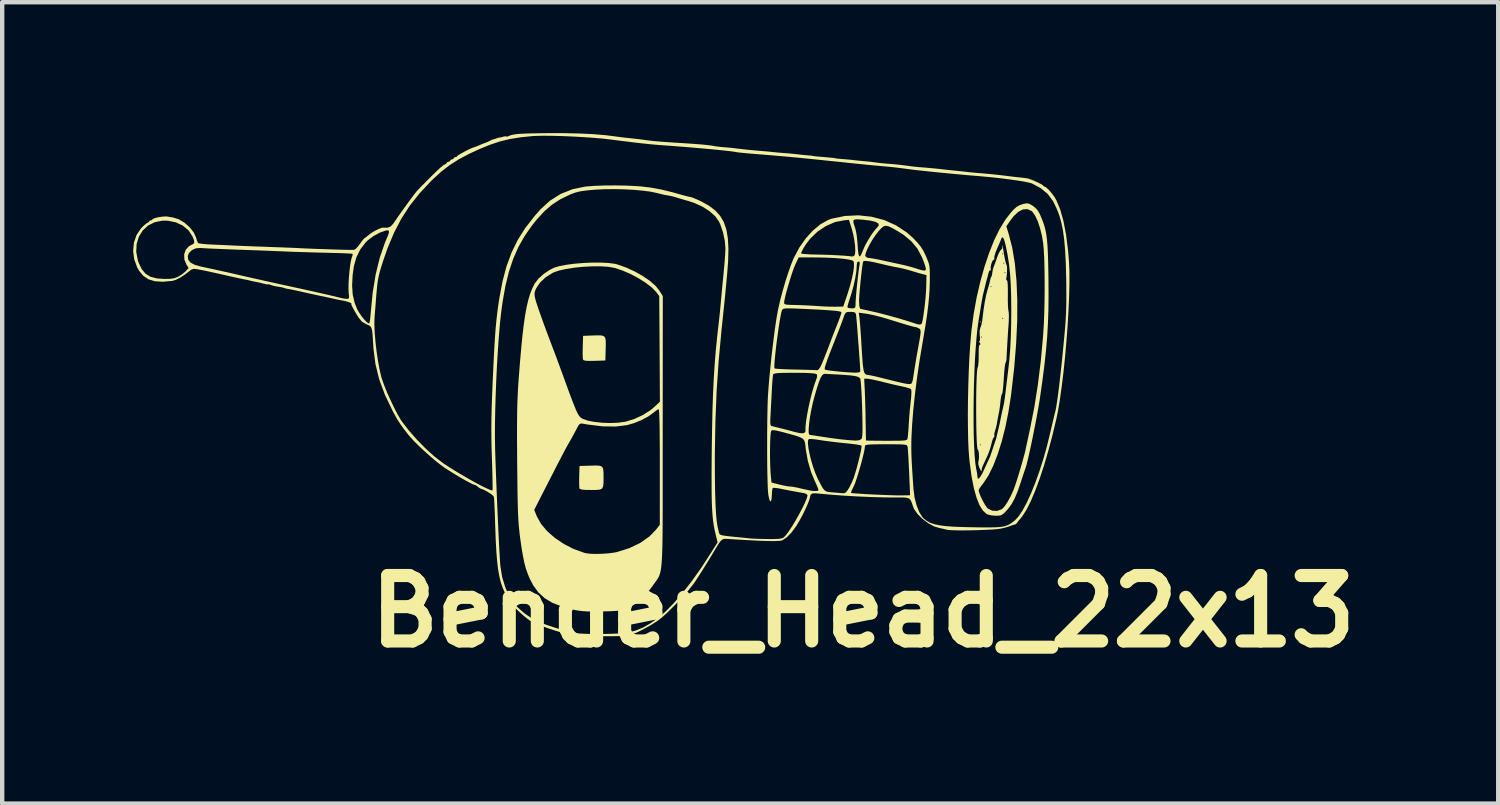
<source format=kicad_pcb>
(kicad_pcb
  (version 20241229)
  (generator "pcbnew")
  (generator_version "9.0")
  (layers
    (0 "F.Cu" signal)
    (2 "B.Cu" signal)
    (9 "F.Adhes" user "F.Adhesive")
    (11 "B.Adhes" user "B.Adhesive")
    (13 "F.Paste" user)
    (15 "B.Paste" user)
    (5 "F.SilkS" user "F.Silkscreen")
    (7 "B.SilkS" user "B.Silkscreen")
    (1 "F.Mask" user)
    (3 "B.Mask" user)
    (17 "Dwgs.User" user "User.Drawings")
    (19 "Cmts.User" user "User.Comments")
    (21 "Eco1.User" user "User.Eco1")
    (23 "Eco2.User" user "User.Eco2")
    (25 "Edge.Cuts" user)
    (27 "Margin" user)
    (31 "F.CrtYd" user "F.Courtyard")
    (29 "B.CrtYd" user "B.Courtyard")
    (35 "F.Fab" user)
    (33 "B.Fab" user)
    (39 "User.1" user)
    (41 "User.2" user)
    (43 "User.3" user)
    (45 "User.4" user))
  (footprint "Bender_Head_22x13"
    (layer "F.Cu")
    (at 10.725 5.357)
    (property "Reference" "Bender_Head_22x13" (at 6 5.6 0) (layer "F.SilkS") (effects (font (size 1.5 1.5) (thickness 0.3))))
    (attr board_only exclude_from_pos_files exclude_from_bom)
    (fp_poly (pts (xy 8.699 -1.034) (xy 8.686 -1.02) (xy 8.673 -1.034) (xy 8.686 -1.047)) (stroke (width 0) (type solid)) (fill yes) (layer "F.SilkS"))
    (fp_poly (pts (xy 0.013 -0.721) (xy 0.068 -0.7) (xy 0.096 -0.655) (xy 0.104 -0.577) (xy 0.103 -0.457) (xy 0.102 -0.422) (xy 0.094 -0.148) (xy -0.155 -0.14) (xy -0.28 -0.138) (xy -0.36 -0.142) (xy -0.403 -0.154) (xy -0.418 -0.169) (xy -0.423 -0.21) (xy -0.426 -0.292) (xy -0.425 -0.399) (xy -0.424 -0.458) (xy -0.416 -0.712) (xy -0.215 -0.72) (xy -0.078 -0.724)) (stroke (width 0) (type solid)) (fill yes) (layer "F.SilkS"))
    (fp_poly (pts (xy -0.027 2.265) (xy 0.022 2.29) (xy 0.045 2.341) (xy 0.052 2.429) (xy 0.053 2.537) (xy 0.052 2.662) (xy 0.042 2.743) (xy 0.015 2.79) (xy -0.04 2.812) (xy -0.132 2.819) (xy -0.232 2.819) (xy -0.362 2.817) (xy -0.445 2.809) (xy -0.489 2.795) (xy -0.499 2.784) (xy -0.504 2.742) (xy -0.506 2.661) (xy -0.506 2.556) (xy -0.505 2.508) (xy -0.497 2.269) (xy -0.238 2.261) (xy -0.11 2.258)) (stroke (width 0) (type solid)) (fill yes) (layer "F.SilkS"))
    (fp_poly (pts (xy 9.191 -2.782) (xy 9.202 -2.735) (xy 9.217 -2.652) (xy 9.226 -2.591) (xy 9.245 -2.484) (xy 9.264 -2.4) (xy 9.279 -2.35) (xy 9.285 -2.342) (xy 9.294 -2.314) (xy 9.298 -2.251) (xy 9.296 -2.171) (xy 9.29 -2.091) (xy 9.28 -2.03) (xy 9.277 -2.02) (xy 9.282 -1.99) (xy 9.293 -1.987) (xy 9.306 -1.961) (xy 9.313 -1.883) (xy 9.316 -1.757) (xy 9.316 -1.658) (xy 9.315 -1.526) (xy 9.318 -1.411) (xy 9.324 -1.325) (xy 9.331 -1.279) (xy 9.338 -1.232) (xy 9.34 -1.146) (xy 9.336 -1.035) (xy 9.332 -0.971) (xy 9.321 -0.822) (xy 9.31 -0.645) (xy 9.299 -0.462) (xy 9.29 -0.292) (xy 9.284 -0.161) (xy 9.27 -0.107) (xy 9.262 -0.094) (xy 9.253 -0.058) (xy 9.242 0.02) (xy 9.232 0.13) (xy 9.223 0.26) (xy 9.222 0.275) (xy 9.213 0.404) (xy 9.203 0.51) (xy 9.193 0.585) (xy 9.183 0.617) (xy 9.182 0.618) (xy 9.17 0.642) (xy 9.157 0.706) (xy 9.147 0.785) (xy 9.134 0.903) (xy 9.116 1.025) (xy 9.103 1.087) (xy 9.084 1.184) (xy 9.068 1.273) (xy 9.064 1.302) (xy 9.045 1.39) (xy 9.023 1.461) (xy 9.005 1.528) (xy 9.006 1.575) (xy 9.005 1.607) (xy 8.996 1.611) (xy 8.978 1.635) (xy 8.956 1.697) (xy 8.941 1.757) (xy 8.911 1.87) (xy 8.867 1.991) (xy 8.844 2.045) (xy 8.8 2.14) (xy 8.759 2.227) (xy 8.74 2.268) (xy 8.718 2.328) (xy 8.716 2.367) (xy 8.716 2.368) (xy 8.716 2.389) (xy 8.713 2.39) (xy 8.693 2.368) (xy 8.665 2.313) (xy 8.661 2.304) (xy 8.64 2.236) (xy 8.637 2.186) (xy 8.638 2.184) (xy 8.651 2.12) (xy 8.655 2.04) (xy 8.65 1.963) (xy 8.637 1.908) (xy 8.626 1.894) (xy 8.616 1.865) (xy 8.609 1.789) (xy 8.608 1.786) (xy 8.673 1.786) (xy 8.686 1.799) (xy 8.699 1.786) (xy 8.686 1.772) (xy 8.673 1.786) (xy 8.608 1.786) (xy 8.602 1.675) (xy 8.597 1.53) (xy 8.593 1.361) (xy 8.591 1.176) (xy 8.59 0.982) (xy 8.59 0.788) (xy 8.592 0.6) (xy 8.595 0.426) (xy 8.6 0.273) (xy 8.606 0.15) (xy 8.613 0.063) (xy 8.622 0.02) (xy 8.636 -0.034) (xy 8.645 -0.128) (xy 8.648 -0.245) (xy 8.648 -0.273) (xy 8.648 -0.399) (xy 8.654 -0.476) (xy 8.668 -0.508) (xy 8.674 -0.51) (xy 8.691 -0.52) (xy 8.673 -0.55) (xy 8.656 -0.583) (xy 8.665 -0.591) (xy 8.678 -0.615) (xy 8.677 -0.68) (xy 8.676 -0.685) (xy 8.699 -0.685) (xy 8.713 -0.671) (xy 8.726 -0.685) (xy 8.713 -0.698) (xy 8.699 -0.685) (xy 8.676 -0.685) (xy 8.672 -0.712) (xy 8.668 -0.825) (xy 8.686 -0.896) (xy 8.708 -0.959) (xy 8.727 -1.049) (xy 8.734 -1.104) (xy 8.735 -1.114) (xy 9.183 -1.114) (xy 9.196 -1.101) (xy 9.21 -1.114) (xy 9.196 -1.128) (xy 9.183 -1.114) (xy 8.735 -1.114) (xy 8.758 -1.304) (xy 8.787 -1.489) (xy 8.818 -1.646) (xy 8.849 -1.763) (xy 8.852 -1.772) (xy 8.872 -1.839) (xy 8.914 -1.839) (xy 8.928 -1.826) (xy 8.941 -1.839) (xy 8.928 -1.853) (xy 8.914 -1.839) (xy 8.872 -1.839) (xy 8.88 -1.865) (xy 8.902 -1.951) (xy 8.906 -1.973) (xy 8.921 -2.035) (xy 8.937 -2.067) (xy 8.951 -2.101) (xy 8.96 -2.161) (xy 9.236 -2.161) (xy 9.25 -2.148) (xy 9.263 -2.161) (xy 9.25 -2.175) (xy 9.236 -2.161) (xy 8.96 -2.161) (xy 8.973 -2.24) (xy 8.992 -2.296) (xy 9.014 -2.351) (xy 9.023 -2.376) (xy 9.21 -2.376) (xy 9.223 -2.363) (xy 9.236 -2.376) (xy 9.223 -2.39) (xy 9.21 -2.376) (xy 9.023 -2.376) (xy 9.044 -2.435) (xy 9.065 -2.497) (xy 9.098 -2.584) (xy 9.102 -2.591) (xy 9.183 -2.591) (xy 9.196 -2.578) (xy 9.21 -2.591) (xy 9.196 -2.604) (xy 9.183 -2.591) (xy 9.102 -2.591) (xy 9.134 -2.653) (xy 9.155 -2.679) (xy 9.186 -2.713) (xy 9.189 -2.726) (xy 9.185 -2.76) (xy 9.186 -2.786)) (stroke (width 0) (type solid)) (fill yes) (layer "F.SilkS"))
    (fp_poly (pts (xy 0.175 -2.381) (xy 0.317 -2.362) (xy 0.36 -2.351) (xy 0.562 -2.281) (xy 0.762 -2.19) (xy 0.949 -2.085) (xy 1.114 -1.972) (xy 1.245 -1.857) (xy 1.329 -1.753) (xy 1.41 -1.624) (xy 1.408 1.504) (xy 1.408 1.983) (xy 1.408 2.411) (xy 1.408 2.792) (xy 1.408 3.128) (xy 1.407 3.423) (xy 1.406 3.68) (xy 1.404 3.901) (xy 1.401 4.09) (xy 1.396 4.25) (xy 1.391 4.384) (xy 1.383 4.496) (xy 1.374 4.587) (xy 1.363 4.661) (xy 1.349 4.722) (xy 1.333 4.772) (xy 1.315 4.815) (xy 1.293 4.852) (xy 1.268 4.889) (xy 1.24 4.927) (xy 1.209 4.97) (xy 1.174 5.021) (xy 1.174 5.021) (xy 1.029 5.21) (xy 0.869 5.358) (xy 0.679 5.478) (xy 0.618 5.509) (xy 0.55 5.54) (xy 0.491 5.563) (xy 0.431 5.578) (xy 0.357 5.588) (xy 0.259 5.594) (xy 0.127 5.599) (xy 0.013 5.601) (xy -0.171 5.604) (xy -0.315 5.602) (xy -0.432 5.594) (xy -0.537 5.581) (xy -0.642 5.56) (xy -0.644 5.559) (xy -0.905 5.489) (xy -1.12 5.404) (xy -1.296 5.298) (xy -1.439 5.167) (xy -1.557 5.006) (xy -1.638 4.851) (xy -1.687 4.734) (xy -1.728 4.614) (xy -1.763 4.482) (xy -1.795 4.326) (xy -1.827 4.136) (xy -1.856 3.932) (xy -1.87 3.825) (xy -1.881 3.722) (xy -1.891 3.616) (xy -1.899 3.501) (xy -1.906 3.37) (xy -1.909 3.275) (xy -1.536 3.275) (xy -1.473 3.429) (xy -1.378 3.598) (xy -1.238 3.764) (xy -1.061 3.918) (xy -0.856 4.056) (xy -0.631 4.171) (xy -0.396 4.256) (xy -0.362 4.265) (xy -0.269 4.279) (xy -0.139 4.284) (xy 0.009 4.281) (xy 0.159 4.271) (xy 0.293 4.254) (xy 0.362 4.24) (xy 0.648 4.15) (xy 0.896 4.03) (xy 1.103 3.884) (xy 1.254 3.729) (xy 1.342 3.617) (xy 1.342 2.292) (xy 1.342 1.973) (xy 1.34 1.695) (xy 1.338 1.457) (xy 1.335 1.264) (xy 1.33 1.118) (xy 1.325 1.019) (xy 1.319 0.971) (xy 1.317 0.967) (xy 1.282 0.983) (xy 1.226 1.024) (xy 1.199 1.047) (xy 1.078 1.134) (xy 0.923 1.217) (xy 0.754 1.286) (xy 0.592 1.333) (xy 0.329 1.365) (xy 0.03 1.361) (xy -0.305 1.32) (xy -0.403 1.303) (xy -0.454 1.295) (xy -0.489 1.304) (xy -0.52 1.337) (xy -0.558 1.406) (xy -0.576 1.441) (xy -0.635 1.552) (xy -0.699 1.668) (xy -0.736 1.732) (xy -0.767 1.786) (xy -0.809 1.862) (xy -0.863 1.964) (xy -0.932 2.096) (xy -1.017 2.26) (xy -1.12 2.461) (xy -1.244 2.703) (xy -1.39 2.988) (xy -1.403 3.013) (xy -1.536 3.275) (xy -1.909 3.275) (xy -1.911 3.218) (xy -1.915 3.039) (xy -1.919 2.825) (xy -1.922 2.572) (xy -1.925 2.273) (xy -1.926 2.202) (xy -1.928 1.856) (xy -1.93 1.557) (xy -1.929 1.299) (xy -1.927 1.072) (xy -1.923 0.872) (xy -1.916 0.691) (xy -1.908 0.522) (xy -1.898 0.358) (xy -1.895 0.322) (xy -1.865 -0.071) (xy -1.835 -0.414) (xy -1.806 -0.712) (xy -1.775 -0.97) (xy -1.743 -1.191) (xy -1.708 -1.379) (xy -1.67 -1.54) (xy -1.629 -1.677) (xy -1.626 -1.683) (xy -1.529 -1.683) (xy -1.526 -1.629) (xy -1.512 -1.559) (xy -1.484 -1.465) (xy -1.442 -1.339) (xy -1.384 -1.174) (xy -1.348 -1.074) (xy -1.303 -0.949) (xy -1.247 -0.797) (xy -1.188 -0.641) (xy -1.154 -0.55) (xy -1.101 -0.411) (xy -1.037 -0.242) (xy -0.97 -0.061) (xy -0.908 0.109) (xy -0.898 0.134) (xy -0.807 0.386) (xy -0.732 0.591) (xy -0.67 0.756) (xy -0.619 0.885) (xy -0.579 0.984) (xy -0.545 1.056) (xy -0.516 1.107) (xy -0.489 1.142) (xy -0.463 1.166) (xy -0.435 1.183) (xy -0.418 1.192) (xy -0.305 1.231) (xy -0.154 1.26) (xy 0.021 1.278) (xy 0.205 1.285) (xy 0.382 1.278) (xy 0.539 1.257) (xy 0.564 1.252) (xy 0.758 1.192) (xy 0.951 1.103) (xy 1.123 0.994) (xy 1.208 0.924) (xy 1.344 0.797) (xy 1.337 -0.414) (xy 1.329 -1.624) (xy 1.256 -1.72) (xy 1.158 -1.821) (xy 1.02 -1.927) (xy 0.854 -2.032) (xy 0.672 -2.129) (xy 0.485 -2.21) (xy 0.306 -2.269) (xy 0.295 -2.271) (xy 0.156 -2.295) (xy -0.018 -2.306) (xy -0.214 -2.305) (xy -0.421 -2.294) (xy -0.625 -2.273) (xy -0.814 -2.243) (xy -0.976 -2.206) (xy -1.098 -2.163) (xy -1.107 -2.158) (xy -1.269 -2.058) (xy -1.398 -1.938) (xy -1.478 -1.823) (xy -1.504 -1.772) (xy -1.521 -1.728) (xy -1.529 -1.683) (xy -1.626 -1.683) (xy -1.583 -1.794) (xy -1.532 -1.897) (xy -1.521 -1.916) (xy -1.437 -2.024) (xy -1.318 -2.131) (xy -1.182 -2.223) (xy -1.085 -2.272) (xy -0.964 -2.309) (xy -0.803 -2.34) (xy -0.614 -2.365) (xy -0.408 -2.382) (xy -0.2 -2.391) (xy -0.002 -2.391)) (stroke (width 0) (type solid)) (fill yes) (layer "F.SilkS"))
    (fp_poly (pts (xy 9.795 -3.743) (xy 9.856 -3.711) (xy 9.883 -3.694) (xy 9.95 -3.642) (xy 10.003 -3.581) (xy 10.051 -3.496) (xy 10.101 -3.376) (xy 10.121 -3.325) (xy 10.152 -3.233) (xy 10.177 -3.138) (xy 10.197 -3.031) (xy 10.213 -2.907) (xy 10.225 -2.758) (xy 10.234 -2.577) (xy 10.24 -2.359) (xy 10.245 -2.095) (xy 10.246 -2.014) (xy 10.248 -1.646) (xy 10.245 -1.31) (xy 10.234 -0.994) (xy 10.216 -0.684) (xy 10.189 -0.37) (xy 10.153 -0.04) (xy 10.107 0.319) (xy 10.052 0.707) (xy 10.029 0.851) (xy 9.999 1.022) (xy 9.964 1.211) (xy 9.925 1.409) (xy 9.886 1.607) (xy 9.846 1.797) (xy 9.808 1.971) (xy 9.774 2.119) (xy 9.746 2.233) (xy 9.725 2.305) (xy 9.721 2.315) (xy 9.703 2.366) (xy 9.673 2.454) (xy 9.637 2.565) (xy 9.611 2.645) (xy 9.542 2.845) (xy 9.476 3.004) (xy 9.407 3.133) (xy 9.329 3.241) (xy 9.285 3.292) (xy 9.22 3.358) (xy 9.169 3.394) (xy 9.111 3.407) (xy 9.038 3.409) (xy 8.943 3.401) (xy 8.858 3.381) (xy 8.83 3.369) (xy 8.746 3.295) (xy 8.668 3.171) (xy 8.599 2.997) (xy 8.55 2.824) (xy 8.646 2.824) (xy 8.659 2.882) (xy 8.694 2.969) (xy 8.741 3.066) (xy 8.792 3.157) (xy 8.838 3.224) (xy 8.855 3.242) (xy 8.954 3.292) (xy 9.066 3.299) (xy 9.171 3.262) (xy 9.193 3.246) (xy 9.248 3.186) (xy 9.312 3.087) (xy 9.379 2.965) (xy 9.44 2.831) (xy 9.469 2.754) (xy 9.505 2.65) (xy 9.547 2.516) (xy 9.593 2.365) (xy 9.637 2.213) (xy 9.676 2.075) (xy 9.706 1.964) (xy 9.716 1.92) (xy 9.732 1.843) (xy 9.757 1.729) (xy 9.787 1.59) (xy 9.819 1.442) (xy 9.826 1.41) (xy 9.921 0.928) (xy 10.003 0.409) (xy 10.07 -0.13) (xy 10.12 -0.675) (xy 10.128 -0.781) (xy 10.141 -0.997) (xy 10.15 -1.239) (xy 10.156 -1.497) (xy 10.159 -1.761) (xy 10.158 -2.021) (xy 10.155 -2.268) (xy 10.149 -2.491) (xy 10.139 -2.68) (xy 10.126 -2.826) (xy 10.126 -2.828) (xy 10.097 -3.005) (xy 10.054 -3.177) (xy 10.002 -3.333) (xy 9.943 -3.461) (xy 9.882 -3.551) (xy 9.859 -3.573) (xy 9.765 -3.616) (xy 9.662 -3.609) (xy 9.554 -3.553) (xy 9.445 -3.45) (xy 9.373 -3.355) (xy 9.281 -3.221) (xy 9.337 -3.04) (xy 9.417 -2.729) (xy 9.476 -2.372) (xy 9.514 -1.97) (xy 9.532 -1.529) (xy 9.53 -1.05) (xy 9.506 -0.537) (xy 9.462 0.008) (xy 9.397 0.581) (xy 9.385 0.671) (xy 9.328 1.036) (xy 9.258 1.383) (xy 9.175 1.708) (xy 9.082 2.003) (xy 8.981 2.263) (xy 8.874 2.482) (xy 8.762 2.653) (xy 8.754 2.663) (xy 8.698 2.737) (xy 8.659 2.795) (xy 8.646 2.824) (xy 8.55 2.824) (xy 8.537 2.777) (xy 8.485 2.512) (xy 8.443 2.205) (xy 8.431 2.094) (xy 8.416 1.899) (xy 8.406 1.659) (xy 8.401 1.385) (xy 8.399 1.084) (xy 8.4 1.009) (xy 8.53 1.009) (xy 8.53 1.295) (xy 8.534 1.563) (xy 8.543 1.808) (xy 8.554 2.023) (xy 8.57 2.201) (xy 8.59 2.334) (xy 8.6 2.376) (xy 8.612 2.445) (xy 8.617 2.505) (xy 8.626 2.557) (xy 8.651 2.558) (xy 8.691 2.508) (xy 8.733 2.435) (xy 8.911 2.048) (xy 9.048 1.64) (xy 9.13 1.29) (xy 9.155 1.162) (xy 9.18 1.044) (xy 9.201 0.952) (xy 9.21 0.913) (xy 9.225 0.844) (xy 9.242 0.74) (xy 9.258 0.618) (xy 9.265 0.564) (xy 9.281 0.421) (xy 9.3 0.269) (xy 9.316 0.136) (xy 9.32 0.107) (xy 9.349 -0.146) (xy 9.37 -0.412) (xy 9.384 -0.7) (xy 9.392 -1.022) (xy 9.394 -1.302) (xy 9.391 -1.62) (xy 9.382 -1.894) (xy 9.366 -2.137) (xy 9.342 -2.358) (xy 9.309 -2.57) (xy 9.267 -2.781) (xy 9.264 -2.792) (xy 9.234 -2.904) (xy 9.207 -2.962) (xy 9.182 -2.967) (xy 9.166 -2.938) (xy 9.146 -2.888) (xy 9.112 -2.807) (xy 9.07 -2.713) (xy 9.032 -2.62) (xy 9.009 -2.541) (xy 9.004 -2.492) (xy 9.004 -2.491) (xy 9.005 -2.458) (xy 8.994 -2.457) (xy 8.973 -2.445) (xy 8.949 -2.398) (xy 8.93 -2.335) (xy 8.921 -2.274) (xy 8.925 -2.239) (xy 8.926 -2.213) (xy 8.915 -2.215) (xy 8.892 -2.204) (xy 8.873 -2.156) (xy 8.855 -2.083) (xy 8.83 -1.99) (xy 8.821 -1.96) (xy 8.739 -1.623) (xy 8.699 -1.396) (xy 8.68 -1.274) (xy 8.659 -1.147) (xy 8.647 -1.074) (xy 8.621 -0.896) (xy 8.599 -0.682) (xy 8.579 -0.436) (xy 8.562 -0.168) (xy 8.549 0.118) (xy 8.539 0.414) (xy 8.533 0.713) (xy 8.53 1.009) (xy 8.4 1.009) (xy 8.402 0.768) (xy 8.409 0.445) (xy 8.419 0.124) (xy 8.433 -0.186) (xy 8.451 -0.474) (xy 8.472 -0.733) (xy 8.483 -0.846) (xy 8.533 -1.218) (xy 8.6 -1.588) (xy 8.683 -1.948) (xy 8.779 -2.292) (xy 8.887 -2.613) (xy 9.002 -2.903) (xy 9.125 -3.154) (xy 9.251 -3.361) (xy 9.274 -3.393) (xy 9.37 -3.518) (xy 9.447 -3.606) (xy 9.514 -3.665) (xy 9.581 -3.704) (xy 9.656 -3.73) (xy 9.662 -3.732) (xy 9.739 -3.748)) (stroke (width 0) (type solid)) (fill yes) (layer "F.SilkS"))
    (fp_poly (pts (xy -0.829 -5.356) (xy -0.483 -5.348) (xy -0.177 -5.333) (xy 0.096 -5.31) (xy 0.342 -5.279) (xy 0.362 -5.276) (xy 0.439 -5.266) (xy 0.537 -5.254) (xy 0.577 -5.25) (xy 0.717 -5.235) (xy 0.867 -5.218) (xy 1.002 -5.2) (xy 1.047 -5.194) (xy 1.195 -5.176) (xy 1.394 -5.159) (xy 1.643 -5.142) (xy 1.665 -5.14) (xy 1.927 -5.124) (xy 2.141 -5.109) (xy 2.31 -5.096) (xy 2.438 -5.083) (xy 2.531 -5.071) (xy 2.578 -5.062) (xy 2.641 -5.052) (xy 2.734 -5.041) (xy 2.806 -5.034) (xy 2.909 -5.026) (xy 3.002 -5.017) (xy 3.047 -5.012) (xy 3.121 -5.003) (xy 3.22 -4.992) (xy 3.276 -4.985) (xy 3.388 -4.973) (xy 3.518 -4.961) (xy 3.598 -4.954) (xy 3.718 -4.944) (xy 3.843 -4.933) (xy 3.913 -4.925) (xy 4.026 -4.914) (xy 4.144 -4.904) (xy 4.181 -4.901) (xy 4.28 -4.894) (xy 4.401 -4.882) (xy 4.484 -4.873) (xy 4.592 -4.861) (xy 4.694 -4.851) (xy 4.752 -4.846) (xy 4.815 -4.841) (xy 4.846 -4.836) (xy 4.846 -4.835) (xy 4.871 -4.83) (xy 4.934 -4.823) (xy 5.008 -4.817) (xy 5.159 -4.804) (xy 5.264 -4.794) (xy 5.327 -4.788) (xy 5.354 -4.783) (xy 5.357 -4.781) (xy 5.381 -4.777) (xy 5.443 -4.77) (xy 5.504 -4.765) (xy 5.616 -4.756) (xy 5.73 -4.745) (xy 5.773 -4.74) (xy 5.878 -4.728) (xy 5.995 -4.717) (xy 6.028 -4.714) (xy 6.135 -4.704) (xy 6.243 -4.691) (xy 6.273 -4.687) (xy 6.363 -4.675) (xy 6.477 -4.664) (xy 6.555 -4.657) (xy 6.72 -4.643) (xy 6.85 -4.63) (xy 6.968 -4.615) (xy 7.035 -4.606) (xy 7.14 -4.592) (xy 7.257 -4.58) (xy 7.29 -4.577) (xy 7.435 -4.566) (xy 7.6 -4.551) (xy 7.758 -4.535) (xy 7.84 -4.525) (xy 7.923 -4.516) (xy 8.028 -4.505) (xy 8.082 -4.5) (xy 8.194 -4.488) (xy 8.307 -4.476) (xy 8.35 -4.471) (xy 8.448 -4.46) (xy 8.566 -4.449) (xy 8.632 -4.443) (xy 8.781 -4.431) (xy 8.9 -4.42) (xy 9.005 -4.41) (xy 9.113 -4.398) (xy 9.24 -4.383) (xy 9.402 -4.363) (xy 9.424 -4.36) (xy 9.518 -4.349) (xy 9.618 -4.339) (xy 9.626 -4.338) (xy 9.706 -4.329) (xy 9.767 -4.319) (xy 9.775 -4.318) (xy 9.836 -4.298) (xy 9.915 -4.266) (xy 9.998 -4.229) (xy 10.069 -4.193) (xy 10.114 -4.165) (xy 10.122 -4.156) (xy 10.143 -4.136) (xy 10.152 -4.135) (xy 10.192 -4.114) (xy 10.25 -4.061) (xy 10.315 -3.987) (xy 10.377 -3.904) (xy 10.423 -3.827) (xy 10.513 -3.614) (xy 10.588 -3.349) (xy 10.649 -3.034) (xy 10.695 -2.67) (xy 10.716 -2.416) (xy 10.726 -2.193) (xy 10.727 -1.925) (xy 10.72 -1.622) (xy 10.705 -1.292) (xy 10.685 -0.946) (xy 10.658 -0.59) (xy 10.627 -0.235) (xy 10.591 0.111) (xy 10.551 0.439) (xy 10.509 0.74) (xy 10.465 1.005) (xy 10.429 1.181) (xy 10.338 1.564) (xy 10.242 1.925) (xy 10.143 2.262) (xy 10.041 2.57) (xy 9.939 2.844) (xy 9.839 3.08) (xy 9.741 3.274) (xy 9.647 3.421) (xy 9.599 3.48) (xy 9.553 3.533) (xy 9.527 3.572) (xy 9.526 3.575) (xy 9.495 3.603) (xy 9.478 3.609) (xy 9.425 3.624) (xy 9.357 3.649) (xy 9.281 3.674) (xy 9.183 3.698) (xy 9.142 3.706) (xy 9.056 3.717) (xy 8.934 3.726) (xy 8.786 3.733) (xy 8.622 3.739) (xy 8.454 3.743) (xy 8.291 3.745) (xy 8.145 3.744) (xy 8.025 3.74) (xy 7.942 3.734) (xy 7.914 3.729) (xy 7.829 3.707) (xy 7.755 3.692) (xy 7.627 3.654) (xy 7.491 3.58) (xy 7.361 3.483) (xy 7.249 3.372) (xy 7.17 3.259) (xy 7.147 3.207) (xy 7.116 3.115) (xy 7.089 3.053) (xy 7.055 3.016) (xy 7.003 2.997) (xy 6.923 2.991) (xy 6.803 2.991) (xy 6.757 2.991) (xy 6.496 2.989) (xy 6.196 2.981) (xy 5.876 2.967) (xy 5.549 2.948) (xy 5.232 2.924) (xy 4.941 2.898) (xy 4.916 2.895) (xy 4.836 2.898) (xy 4.795 2.931) (xy 4.785 2.974) (xy 4.769 3.039) (xy 4.731 3.138) (xy 4.677 3.259) (xy 4.613 3.39) (xy 4.544 3.518) (xy 4.477 3.63) (xy 4.463 3.652) (xy 4.359 3.793) (xy 4.253 3.901) (xy 4.156 3.968) (xy 4.142 3.975) (xy 4.083 3.985) (xy 3.972 3.989) (xy 3.811 3.988) (xy 3.601 3.981) (xy 3.344 3.968) (xy 3.042 3.95) (xy 2.876 3.939) (xy 2.821 3.938) (xy 2.777 3.952) (xy 2.736 3.987) (xy 2.688 4.052) (xy 2.626 4.153) (xy 2.6 4.197) (xy 2.538 4.302) (xy 2.464 4.424) (xy 2.383 4.554) (xy 2.302 4.684) (xy 2.225 4.804) (xy 2.159 4.904) (xy 2.11 4.976) (xy 2.085 5.009) (xy 2.049 5.052) (xy 2 5.115) (xy 1.987 5.132) (xy 1.944 5.183) (xy 1.872 5.262) (xy 1.779 5.36) (xy 1.675 5.468) (xy 1.637 5.506) (xy 1.501 5.64) (xy 1.385 5.744) (xy 1.276 5.827) (xy 1.16 5.901) (xy 1.105 5.933) (xy 0.967 6.009) (xy 0.853 6.067) (xy 0.751 6.11) (xy 0.651 6.139) (xy 0.542 6.157) (xy 0.412 6.166) (xy 0.251 6.169) (xy 0.047 6.169) (xy 0.039 6.169) (xy -0.138 6.167) (xy -0.309 6.162) (xy -0.46 6.157) (xy -0.582 6.15) (xy -0.662 6.143) (xy -0.662 6.143) (xy -0.761 6.124) (xy -0.897 6.088) (xy -1.055 6.041) (xy -1.222 5.986) (xy -1.385 5.927) (xy -1.531 5.87) (xy -1.559 5.858) (xy -1.619 5.823) (xy -1.7 5.763) (xy -1.792 5.688) (xy -1.886 5.604) (xy -1.972 5.522) (xy -2.042 5.449) (xy -2.085 5.395) (xy -2.094 5.373) (xy -2.111 5.335) (xy -2.135 5.307) (xy -2.163 5.263) (xy -2.203 5.185) (xy -2.247 5.087) (xy -2.257 5.062) (xy -2.299 4.942) (xy -2.333 4.805) (xy -2.362 4.644) (xy -2.385 4.454) (xy -2.403 4.229) (xy -2.418 3.962) (xy -2.429 3.648) (xy -2.43 3.638) (xy -2.435 3.459) (xy -2.441 3.296) (xy -2.447 3.158) (xy -2.453 3.052) (xy -2.458 2.988) (xy -2.461 2.973) (xy -2.489 2.94) (xy -2.549 2.895) (xy -2.625 2.848) (xy -2.699 2.81) (xy -2.754 2.791) (xy -2.759 2.79) (xy -2.792 2.773) (xy -2.829 2.743) (xy -2.873 2.711) (xy -2.896 2.703) (xy -2.93 2.693) (xy -3 2.659) (xy -3.099 2.606) (xy -3.217 2.539) (xy -3.345 2.463) (xy -3.476 2.382) (xy -3.572 2.321) (xy -3.695 2.232) (xy -3.841 2.114) (xy -3.996 1.979) (xy -4.149 1.838) (xy -4.286 1.703) (xy -4.395 1.584) (xy -4.417 1.557) (xy -4.522 1.423) (xy -4.604 1.308) (xy -4.677 1.193) (xy -4.754 1.056) (xy -4.775 1.016) (xy -4.954 0.644) (xy -5.087 0.285) (xy -5.174 -0.07) (xy -5.22 -0.429) (xy -5.223 -0.483) (xy -5.233 -0.647) (xy -5.241 -0.765) (xy -5.252 -0.846) (xy -5.269 -0.9) (xy -5.292 -0.933) (xy -5.326 -0.955) (xy -5.373 -0.975) (xy -5.377 -0.976) (xy -5.381 -0.979) (xy -5.198 -0.979) (xy -5.191 -0.792) (xy -5.173 -0.581) (xy -5.148 -0.359) (xy -5.116 -0.142) (xy -5.079 0.058) (xy -5.04 0.226) (xy -5.02 0.29) (xy -4.969 0.432) (xy -4.902 0.596) (xy -4.825 0.767) (xy -4.745 0.934) (xy -4.668 1.083) (xy -4.6 1.201) (xy -4.573 1.241) (xy -4.412 1.451) (xy -4.227 1.662) (xy -4.029 1.864) (xy -3.831 2.044) (xy -3.643 2.19) (xy -3.606 2.216) (xy -3.462 2.31) (xy -3.307 2.406) (xy -3.148 2.5) (xy -2.993 2.589) (xy -2.846 2.67) (xy -2.717 2.738) (xy -2.61 2.789) (xy -2.534 2.821) (xy -2.494 2.829) (xy -2.49 2.826) (xy -2.489 2.795) (xy -2.489 2.717) (xy -2.491 2.6) (xy -2.494 2.451) (xy -2.499 2.276) (xy -2.505 2.083) (xy -2.506 2.067) (xy -2.513 1.835) (xy -2.517 1.619) (xy -2.517 1.608) (xy -2.436 1.608) (xy -2.432 1.859) (xy -2.432 1.865) (xy -2.424 2.124) (xy -2.414 2.399) (xy -2.403 2.684) (xy -2.391 2.972) (xy -2.379 3.256) (xy -2.367 3.53) (xy -2.355 3.787) (xy -2.344 4.021) (xy -2.333 4.225) (xy -2.323 4.392) (xy -2.315 4.516) (xy -2.311 4.566) (xy -2.269 4.819) (xy -2.194 5.062) (xy -2.092 5.279) (xy -2.022 5.387) (xy -1.905 5.518) (xy -1.755 5.648) (xy -1.59 5.761) (xy -1.449 5.835) (xy -1.34 5.878) (xy -1.197 5.929) (xy -1.036 5.981) (xy -0.875 6.03) (xy -0.732 6.069) (xy -0.644 6.09) (xy -0.551 6.103) (xy -0.416 6.112) (xy -0.253 6.117) (xy -0.073 6.119) (xy 0.112 6.117) (xy 0.288 6.112) (xy 0.443 6.103) (xy 0.566 6.092) (xy 0.611 6.085) (xy 0.785 6.04) (xy 0.95 5.974) (xy 1.12 5.878) (xy 1.29 5.76) (xy 1.467 5.61) (xy 1.659 5.415) (xy 1.863 5.178) (xy 2.076 4.905) (xy 2.293 4.599) (xy 2.51 4.265) (xy 2.523 4.244) (xy 2.665 4.018) (xy 2.619 3.83) (xy 2.596 3.728) (xy 2.577 3.624) (xy 2.561 3.514) (xy 2.549 3.392) (xy 2.54 3.253) (xy 2.533 3.09) (xy 2.529 2.898) (xy 2.528 2.672) (xy 2.528 2.407) (xy 2.53 2.097) (xy 2.532 1.893) (xy 2.539 1.424) (xy 2.548 1.002) (xy 2.561 0.619) (xy 2.578 0.266) (xy 2.599 -0.062) (xy 2.624 -0.374) (xy 2.654 -0.676) (xy 2.673 -0.846) (xy 2.692 -1.012) (xy 2.712 -1.192) (xy 2.729 -1.363) (xy 2.739 -1.477) (xy 2.752 -1.612) (xy 2.767 -1.781) (xy 2.785 -1.963) (xy 2.802 -2.138) (xy 2.804 -2.161) (xy 2.819 -2.317) (xy 2.831 -2.468) (xy 2.84 -2.599) (xy 2.845 -2.695) (xy 2.845 -2.716) (xy 2.83 -2.894) (xy 2.789 -3.087) (xy 2.726 -3.269) (xy 2.696 -3.333) (xy 2.611 -3.453) (xy 2.482 -3.568) (xy 2.321 -3.671) (xy 2.138 -3.755) (xy 2.008 -3.798) (xy 1.894 -3.831) (xy 1.774 -3.867) (xy 1.732 -3.88) (xy 1.637 -3.907) (xy 1.549 -3.926) (xy 1.517 -3.931) (xy 1.447 -3.943) (xy 1.35 -3.966) (xy 1.275 -3.985) (xy 1.14 -4.014) (xy 0.963 -4.038) (xy 0.756 -4.057) (xy 0.531 -4.069) (xy 0.301 -4.074) (xy 0.078 -4.072) (xy -0.128 -4.062) (xy -0.141 -4.061) (xy -0.304 -4.047) (xy -0.426 -4.032) (xy -0.523 -4.014) (xy -0.609 -3.99) (xy -0.696 -3.957) (xy -0.725 -3.945) (xy -0.94 -3.84) (xy -1.131 -3.715) (xy -1.308 -3.562) (xy -1.483 -3.371) (xy -1.591 -3.235) (xy -1.758 -2.995) (xy -1.9 -2.744) (xy -2.018 -2.475) (xy -2.116 -2.181) (xy -2.196 -1.854) (xy -2.261 -1.485) (xy -2.293 -1.249) (xy -2.32 -1.005) (xy -2.344 -0.718) (xy -2.367 -0.398) (xy -2.388 -0.057) (xy -2.405 0.296) (xy -2.419 0.649) (xy -2.429 0.993) (xy -2.435 1.316) (xy -2.436 1.608) (xy -2.517 1.608) (xy -2.518 1.409) (xy -2.516 1.193) (xy -2.511 0.96) (xy -2.502 0.698) (xy -2.49 0.398) (xy -2.486 0.309) (xy -2.471 -0.01) (xy -2.458 -0.282) (xy -2.445 -0.515) (xy -2.432 -0.715) (xy -2.419 -0.891) (xy -2.404 -1.048) (xy -2.388 -1.194) (xy -2.37 -1.336) (xy -2.349 -1.481) (xy -2.333 -1.584) (xy -2.26 -1.97) (xy -2.168 -2.314) (xy -2.053 -2.625) (xy -1.911 -2.914) (xy -1.736 -3.189) (xy -1.525 -3.46) (xy -1.397 -3.606) (xy -1.178 -3.807) (xy -0.93 -3.963) (xy -0.658 -4.072) (xy -0.366 -4.132) (xy -0.345 -4.134) (xy -0.155 -4.149) (xy 0.07 -4.157) (xy 0.315 -4.159) (xy 0.561 -4.155) (xy 0.792 -4.144) (xy 0.899 -4.137) (xy 1.135 -4.109) (xy 1.372 -4.066) (xy 1.629 -4.003) (xy 1.789 -3.958) (xy 1.894 -3.928) (xy 1.982 -3.906) (xy 2.037 -3.894) (xy 2.046 -3.893) (xy 2.086 -3.882) (xy 2.16 -3.852) (xy 2.256 -3.809) (xy 2.297 -3.789) (xy 2.47 -3.693) (xy 2.612 -3.585) (xy 2.724 -3.462) (xy 2.808 -3.318) (xy 2.867 -3.147) (xy 2.901 -2.945) (xy 2.914 -2.706) (xy 2.907 -2.426) (xy 2.888 -2.175) (xy 2.875 -2.029) (xy 2.863 -1.902) (xy 2.852 -1.783) (xy 2.841 -1.663) (xy 2.828 -1.534) (xy 2.812 -1.386) (xy 2.794 -1.21) (xy 2.772 -0.995) (xy 2.753 -0.819) (xy 2.69 -0.137) (xy 2.644 0.543) (xy 2.616 1.235) (xy 2.603 1.957) (xy 2.602 2.175) (xy 2.604 2.543) (xy 2.609 2.864) (xy 2.618 3.138) (xy 2.63 3.363) (xy 2.646 3.537) (xy 2.665 3.659) (xy 2.67 3.678) (xy 2.683 3.735) (xy 2.695 3.788) (xy 2.704 3.818) (xy 2.721 3.839) (xy 2.756 3.854) (xy 2.818 3.866) (xy 2.916 3.878) (xy 3.027 3.89) (xy 3.16 3.903) (xy 3.28 3.915) (xy 3.374 3.925) (xy 3.423 3.93) (xy 3.482 3.934) (xy 3.581 3.938) (xy 3.703 3.941) (xy 3.813 3.943) (xy 3.962 3.943) (xy 4.066 3.938) (xy 4.135 3.927) (xy 4.178 3.908) (xy 4.18 3.907) (xy 4.228 3.858) (xy 4.293 3.771) (xy 4.369 3.657) (xy 4.449 3.525) (xy 4.528 3.385) (xy 4.601 3.248) (xy 4.662 3.123) (xy 4.705 3.021) (xy 4.725 2.951) (xy 4.726 2.941) (xy 4.7 2.909) (xy 4.631 2.888) (xy 4.625 2.887) (xy 4.491 2.864) (xy 4.327 2.834) (xy 4.154 2.8) (xy 4.088 2.786) (xy 4.006 2.773) (xy 3.947 2.77) (xy 3.929 2.774) (xy 3.919 2.809) (xy 3.911 2.879) (xy 3.909 2.931) (xy 3.902 3.029) (xy 3.887 3.077) (xy 3.868 3.076) (xy 3.848 3.027) (xy 3.829 2.934) (xy 3.823 2.881) (xy 3.816 2.787) (xy 3.811 2.648) (xy 3.807 2.472) (xy 3.803 2.267) (xy 3.802 2.043) (xy 3.801 1.976) (xy 3.866 1.976) (xy 3.868 2.13) (xy 3.872 2.278) (xy 3.878 2.409) (xy 3.883 2.472) (xy 3.9 2.648) (xy 4.078 2.694) (xy 4.178 2.717) (xy 4.265 2.733) (xy 4.316 2.739) (xy 4.38 2.745) (xy 4.465 2.76) (xy 4.49 2.765) (xy 4.631 2.798) (xy 4.729 2.819) (xy 4.798 2.833) (xy 4.846 2.84) (xy 4.885 2.843) (xy 4.889 2.843) (xy 4.947 2.84) (xy 4.975 2.829) (xy 4.972 2.799) (xy 4.948 2.735) (xy 4.909 2.648) (xy 4.9 2.631) (xy 4.808 2.41) (xy 4.735 2.159) (xy 4.688 1.902) (xy 4.685 1.879) (xy 4.677 1.796) (xy 4.672 1.76) (xy 4.735 1.76) (xy 4.748 1.867) (xy 4.773 1.995) (xy 4.808 2.137) (xy 4.852 2.283) (xy 4.901 2.423) (xy 4.955 2.548) (xy 4.969 2.578) (xy 5.03 2.696) (xy 5.075 2.776) (xy 5.115 2.826) (xy 5.158 2.853) (xy 5.215 2.866) (xy 5.296 2.873) (xy 5.322 2.875) (xy 5.421 2.884) (xy 5.5 2.891) (xy 5.543 2.895) (xy 5.545 2.895) (xy 5.589 2.885) (xy 5.722 2.885) (xy 5.752 2.891) (xy 5.827 2.898) (xy 5.936 2.905) (xy 6.071 2.914) (xy 6.221 2.922) (xy 6.378 2.929) (xy 6.533 2.935) (xy 6.675 2.94) (xy 6.795 2.943) (xy 6.885 2.943) (xy 6.887 2.943) (xy 7.075 2.94) (xy 7.072 2.846) (xy 7.063 2.637) (xy 7.055 2.437) (xy 7.046 2.253) (xy 7.038 2.093) (xy 7.03 1.964) (xy 7.024 1.874) (xy 7.019 1.833) (xy 7.013 1.811) (xy 7.001 1.795) (xy 6.975 1.785) (xy 6.927 1.778) (xy 6.85 1.774) (xy 6.736 1.772) (xy 6.579 1.772) (xy 6.524 1.772) (xy 6.352 1.772) (xy 6.226 1.774) (xy 6.139 1.778) (xy 6.085 1.784) (xy 6.055 1.793) (xy 6.043 1.807) (xy 6.041 1.82) (xy 6.033 1.884) (xy 6.012 1.987) (xy 5.98 2.117) (xy 5.941 2.261) (xy 5.899 2.406) (xy 5.857 2.541) (xy 5.819 2.653) (xy 5.788 2.729) (xy 5.782 2.741) (xy 5.745 2.815) (xy 5.724 2.868) (xy 5.722 2.885) (xy 5.589 2.885) (xy 5.59 2.885) (xy 5.599 2.879) (xy 5.639 2.834) (xy 5.688 2.753) (xy 5.738 2.652) (xy 5.782 2.547) (xy 5.787 2.531) (xy 5.821 2.425) (xy 5.857 2.302) (xy 5.891 2.172) (xy 5.922 2.046) (xy 5.946 1.937) (xy 5.961 1.853) (xy 5.965 1.808) (xy 5.963 1.804) (xy 5.932 1.792) (xy 5.858 1.778) (xy 5.751 1.764) (xy 5.624 1.75) (xy 5.612 1.749) (xy 5.453 1.733) (xy 5.285 1.713) (xy 5.13 1.693) (xy 5.034 1.679) (xy 4.923 1.662) (xy 4.83 1.652) (xy 4.769 1.65) (xy 4.756 1.652) (xy 4.737 1.686) (xy 4.735 1.76) (xy 4.672 1.76) (xy 4.667 1.733) (xy 4.651 1.685) (xy 4.621 1.648) (xy 4.569 1.616) (xy 4.491 1.586) (xy 4.378 1.553) (xy 4.225 1.511) (xy 4.117 1.482) (xy 4.001 1.455) (xy 3.929 1.448) (xy 3.895 1.459) (xy 3.885 1.495) (xy 3.877 1.575) (xy 3.871 1.688) (xy 3.868 1.825) (xy 3.866 1.976) (xy 3.801 1.976) (xy 3.801 1.807) (xy 3.801 1.568) (xy 3.803 1.334) (xy 3.804 1.227) (xy 3.872 1.227) (xy 3.874 1.302) (xy 3.884 1.341) (xy 3.898 1.353) (xy 3.941 1.364) (xy 4.019 1.383) (xy 4.108 1.405) (xy 4.225 1.434) (xy 4.346 1.466) (xy 4.417 1.486) (xy 4.548 1.516) (xy 4.634 1.519) (xy 4.675 1.492) (xy 4.679 1.463) (xy 4.679 1.414) (xy 4.752 1.414) (xy 4.752 1.502) (xy 4.764 1.55) (xy 4.775 1.557) (xy 4.809 1.561) (xy 4.885 1.572) (xy 4.988 1.588) (xy 5.064 1.6) (xy 5.272 1.631) (xy 5.481 1.658) (xy 5.674 1.677) (xy 5.83 1.687) (xy 5.913 1.678) (xy 5.962 1.65) (xy 5.973 1.625) (xy 5.98 1.577) (xy 5.985 1.5) (xy 5.986 1.389) (xy 5.984 1.238) (xy 5.98 1.04) (xy 5.978 0.963) (xy 5.972 0.78) (xy 5.964 0.612) (xy 5.956 0.47) (xy 5.947 0.359) (xy 5.939 0.289) (xy 5.934 0.268) (xy 6.024 0.268) (xy 6.036 0.503) (xy 6.041 0.612) (xy 6.046 0.76) (xy 6.051 0.93) (xy 6.055 1.107) (xy 6.056 1.208) (xy 6.059 1.361) (xy 6.061 1.494) (xy 6.063 1.598) (xy 6.065 1.664) (xy 6.066 1.685) (xy 6.092 1.687) (xy 6.163 1.689) (xy 6.271 1.69) (xy 6.406 1.691) (xy 6.537 1.692) (xy 6.706 1.691) (xy 6.829 1.69) (xy 6.913 1.687) (xy 6.967 1.681) (xy 6.997 1.671) (xy 7.012 1.656) (xy 7.018 1.635) (xy 7.019 1.631) (xy 7.026 1.578) (xy 7.034 1.487) (xy 7.042 1.374) (xy 7.045 1.316) (xy 7.055 1.165) (xy 7.069 0.992) (xy 7.086 0.831) (xy 7.09 0.797) (xy 7.103 0.663) (xy 7.107 0.566) (xy 7.1 0.513) (xy 7.097 0.508) (xy 7.059 0.49) (xy 6.985 0.468) (xy 6.889 0.446) (xy 6.885 0.445) (xy 6.774 0.421) (xy 6.634 0.388) (xy 6.489 0.353) (xy 6.431 0.338) (xy 6.31 0.309) (xy 6.202 0.286) (xy 6.122 0.272) (xy 6.093 0.269) (xy 6.024 0.268) (xy 5.934 0.268) (xy 5.934 0.268) (xy 5.91 0.241) (xy 5.867 0.221) (xy 5.798 0.205) (xy 5.694 0.192) (xy 5.548 0.181) (xy 5.429 0.174) (xy 5.312 0.168) (xy 5.216 0.163) (xy 5.152 0.159) (xy 5.134 0.158) (xy 5.097 0.162) (xy 5.062 0.19) (xy 5.027 0.247) (xy 4.989 0.34) (xy 4.945 0.473) (xy 4.892 0.652) (xy 4.887 0.671) (xy 4.845 0.832) (xy 4.81 0.995) (xy 4.782 1.152) (xy 4.763 1.294) (xy 4.752 1.414) (xy 4.679 1.414) (xy 4.68 1.374) (xy 4.693 1.244) (xy 4.718 1.087) (xy 4.751 0.915) (xy 4.791 0.737) (xy 4.834 0.568) (xy 4.879 0.418) (xy 4.912 0.325) (xy 4.942 0.239) (xy 4.945 0.186) (xy 4.933 0.165) (xy 4.892 0.152) (xy 4.799 0.142) (xy 4.653 0.136) (xy 4.454 0.134) (xy 4.428 0.134) (xy 4.252 0.135) (xy 4.124 0.137) (xy 4.035 0.142) (xy 3.979 0.15) (xy 3.948 0.161) (xy 3.938 0.174) (xy 3.931 0.214) (xy 3.923 0.297) (xy 3.915 0.41) (xy 3.908 0.54) (xy 3.908 0.543) (xy 3.9 0.7) (xy 3.891 0.866) (xy 3.883 1.018) (xy 3.878 1.108) (xy 3.872 1.227) (xy 3.804 1.227) (xy 3.806 1.115) (xy 3.81 0.917) (xy 3.815 0.751) (xy 3.819 0.671) (xy 3.832 0.481) (xy 3.85 0.261) (xy 3.874 0.019) (xy 3.88 -0.037) (xy 3.966 -0.037) (xy 3.966 0.021) (xy 3.97 0.033) (xy 4.001 0.04) (xy 4.078 0.046) (xy 4.19 0.052) (xy 4.328 0.057) (xy 4.458 0.06) (xy 4.612 0.063) (xy 4.749 0.067) (xy 4.858 0.07) (xy 4.93 0.073) (xy 4.956 0.075) (xy 4.982 0.056) (xy 4.993 0.04) (xy 5.119 0.04) (xy 5.123 0.059) (xy 5.124 0.06) (xy 5.157 0.07) (xy 5.233 0.082) (xy 5.34 0.095) (xy 5.465 0.108) (xy 5.597 0.119) (xy 5.725 0.127) (xy 5.806 0.131) (xy 5.895 0.127) (xy 5.933 0.108) (xy 5.934 0.101) (xy 5.933 0.056) (xy 5.928 -0.033) (xy 5.92 -0.154) (xy 5.909 -0.3) (xy 5.898 -0.461) (xy 5.885 -0.626) (xy 5.873 -0.788) (xy 5.862 -0.935) (xy 5.851 -1.059) (xy 5.843 -1.15) (xy 5.838 -1.198) (xy 5.837 -1.202) (xy 5.822 -1.24) (xy 5.816 -1.243) (xy 5.9 -1.243) (xy 5.916 -1.125) (xy 5.923 -1.06) (xy 5.932 -0.953) (xy 5.942 -0.815) (xy 5.953 -0.655) (xy 5.962 -0.497) (xy 5.975 -0.29) (xy 5.986 -0.131) (xy 5.997 -0.013) (xy 6.01 0.07) (xy 6.025 0.125) (xy 6.045 0.158) (xy 6.07 0.175) (xy 6.102 0.182) (xy 6.11 0.183) (xy 6.169 0.193) (xy 6.265 0.213) (xy 6.382 0.241) (xy 6.457 0.26) (xy 6.653 0.309) (xy 6.804 0.346) (xy 6.915 0.371) (xy 6.995 0.386) (xy 7.048 0.393) (xy 7.075 0.393) (xy 7.102 0.384) (xy 7.122 0.355) (xy 7.139 0.295) (xy 7.155 0.193) (xy 7.158 0.175) (xy 7.174 0.068) (xy 7.197 -0.075) (xy 7.224 -0.237) (xy 7.254 -0.402) (xy 7.261 -0.442) (xy 7.289 -0.596) (xy 7.307 -0.705) (xy 7.316 -0.779) (xy 7.317 -0.826) (xy 7.31 -0.854) (xy 7.295 -0.872) (xy 7.287 -0.878) (xy 7.23 -0.907) (xy 7.199 -0.913) (xy 7.16 -0.921) (xy 7.08 -0.942) (xy 6.971 -0.973) (xy 6.844 -1.012) (xy 6.822 -1.019) (xy 6.599 -1.088) (xy 6.419 -1.141) (xy 6.271 -1.179) (xy 6.147 -1.207) (xy 6.039 -1.224) (xy 6.033 -1.225) (xy 5.9 -1.243) (xy 5.816 -1.243) (xy 5.784 -1.258) (xy 5.71 -1.262) (xy 5.641 -1.259) (xy 5.602 -1.243) (xy 5.575 -1.199) (xy 5.552 -1.134) (xy 5.526 -1.061) (xy 5.485 -0.952) (xy 5.435 -0.821) (xy 5.38 -0.681) (xy 5.371 -0.658) (xy 5.288 -0.447) (xy 5.223 -0.28) (xy 5.176 -0.153) (xy 5.144 -0.061) (xy 5.125 0.002) (xy 5.119 0.04) (xy 4.993 0.04) (xy 5.019 0.001) (xy 5.043 -0.047) (xy 5.077 -0.126) (xy 5.122 -0.239) (xy 5.173 -0.368) (xy 5.207 -0.456) (xy 5.263 -0.605) (xy 5.325 -0.767) (xy 5.384 -0.917) (xy 5.409 -0.98) (xy 5.45 -1.087) (xy 5.482 -1.176) (xy 5.501 -1.235) (xy 5.504 -1.251) (xy 5.49 -1.263) (xy 5.446 -1.275) (xy 5.368 -1.286) (xy 5.251 -1.296) (xy 5.094 -1.307) (xy 4.891 -1.318) (xy 4.639 -1.33) (xy 4.565 -1.333) (xy 4.411 -1.34) (xy 4.302 -1.342) (xy 4.229 -1.341) (xy 4.184 -1.335) (xy 4.159 -1.323) (xy 4.144 -1.305) (xy 4.141 -1.3) (xy 4.126 -1.252) (xy 4.108 -1.163) (xy 4.087 -1.042) (xy 4.064 -0.897) (xy 4.042 -0.738) (xy 4.02 -0.573) (xy 4 -0.411) (xy 3.984 -0.262) (xy 3.972 -0.134) (xy 3.966 -0.037) (xy 3.88 -0.037) (xy 3.9 -0.233) (xy 3.93 -0.486) (xy 3.96 -0.728) (xy 3.99 -0.949) (xy 4.019 -1.14) (xy 4.046 -1.29) (xy 4.051 -1.316) (xy 4.064 -1.371) (xy 5.638 -1.371) (xy 5.662 -1.352) (xy 5.72 -1.343) (xy 5.732 -1.342) (xy 5.791 -1.345) (xy 5.818 -1.363) (xy 5.826 -1.411) (xy 5.826 -1.461) (xy 5.828 -1.5) (xy 5.907 -1.5) (xy 5.913 -1.395) (xy 5.93 -1.339) (xy 5.941 -1.331) (xy 5.983 -1.321) (xy 6.061 -1.304) (xy 6.135 -1.288) (xy 6.327 -1.244) (xy 6.549 -1.187) (xy 6.783 -1.122) (xy 7.008 -1.055) (xy 7.206 -0.991) (xy 7.236 -0.98) (xy 7.305 -0.97) (xy 7.342 -0.99) (xy 7.356 -1.036) (xy 7.373 -1.123) (xy 7.39 -1.241) (xy 7.408 -1.378) (xy 7.424 -1.522) (xy 7.436 -1.663) (xy 7.444 -1.788) (xy 7.446 -1.847) (xy 7.451 -2.105) (xy 7.357 -2.128) (xy 7.279 -2.149) (xy 7.176 -2.18) (xy 7.102 -2.203) (xy 6.984 -2.236) (xy 6.859 -2.266) (xy 6.793 -2.279) (xy 6.692 -2.298) (xy 6.566 -2.325) (xy 6.44 -2.355) (xy 6.431 -2.357) (xy 6.252 -2.399) (xy 6.122 -2.423) (xy 6.039 -2.43) (xy 6.003 -2.419) (xy 6.002 -2.418) (xy 5.993 -2.381) (xy 5.98 -2.302) (xy 5.966 -2.191) (xy 5.952 -2.06) (xy 5.937 -1.919) (xy 5.924 -1.78) (xy 5.914 -1.654) (xy 5.908 -1.551) (xy 5.907 -1.5) (xy 5.828 -1.5) (xy 5.83 -1.531) (xy 5.838 -1.64) (xy 5.85 -1.774) (xy 5.865 -1.92) (xy 5.881 -2.065) (xy 5.897 -2.195) (xy 5.911 -2.298) (xy 5.921 -2.356) (xy 5.92 -2.405) (xy 5.894 -2.416) (xy 5.866 -2.399) (xy 5.854 -2.341) (xy 5.853 -2.311) (xy 5.844 -2.187) (xy 5.818 -2.029) (xy 5.78 -1.854) (xy 5.731 -1.679) (xy 5.708 -1.606) (xy 5.675 -1.506) (xy 5.651 -1.425) (xy 5.639 -1.377) (xy 5.638 -1.371) (xy 4.064 -1.371) (xy 4.087 -1.472) (xy 4.189 -1.472) (xy 4.194 -1.448) (xy 4.218 -1.433) (xy 4.269 -1.425) (xy 4.359 -1.421) (xy 4.424 -1.42) (xy 4.563 -1.416) (xy 4.726 -1.409) (xy 4.884 -1.4) (xy 4.927 -1.397) (xy 5.067 -1.388) (xy 5.209 -1.382) (xy 5.332 -1.38) (xy 5.37 -1.38) (xy 5.545 -1.383) (xy 5.645 -1.681) (xy 5.7 -1.859) (xy 5.743 -2.026) (xy 5.774 -2.175) (xy 5.79 -2.298) (xy 5.789 -2.386) (xy 5.776 -2.426) (xy 5.732 -2.447) (xy 5.642 -2.465) (xy 5.51 -2.482) (xy 5.345 -2.495) (xy 5.153 -2.504) (xy 4.94 -2.509) (xy 4.873 -2.509) (xy 4.524 -2.51) (xy 4.448 -2.351) (xy 4.415 -2.271) (xy 4.375 -2.158) (xy 4.332 -2.025) (xy 4.289 -1.883) (xy 4.249 -1.744) (xy 4.217 -1.621) (xy 4.196 -1.525) (xy 4.189 -1.472) (xy 4.087 -1.472) (xy 4.096 -1.514) (xy 4.153 -1.729) (xy 4.216 -1.947) (xy 4.282 -2.155) (xy 4.347 -2.339) (xy 4.406 -2.485) (xy 4.415 -2.505) (xy 4.471 -2.609) (xy 4.579 -2.609) (xy 4.58 -2.601) (xy 4.611 -2.592) (xy 4.685 -2.585) (xy 4.792 -2.578) (xy 4.923 -2.575) (xy 4.962 -2.574) (xy 5.111 -2.571) (xy 5.267 -2.566) (xy 5.419 -2.558) (xy 5.554 -2.55) (xy 5.663 -2.541) (xy 5.733 -2.532) (xy 5.746 -2.529) (xy 5.777 -2.538) (xy 5.796 -2.548) (xy 5.814 -2.588) (xy 5.82 -2.668) (xy 5.815 -2.778) (xy 5.798 -2.906) (xy 5.773 -3.04) (xy 5.739 -3.168) (xy 5.735 -3.182) (xy 5.681 -3.351) (xy 5.775 -3.351) (xy 5.78 -3.297) (xy 5.809 -3.207) (xy 5.815 -3.192) (xy 5.836 -3.11) (xy 5.855 -2.995) (xy 5.868 -2.869) (xy 5.871 -2.833) (xy 5.881 -2.682) (xy 5.893 -2.584) (xy 5.909 -2.536) (xy 5.93 -2.535) (xy 5.939 -2.549) (xy 6.048 -2.549) (xy 6.05 -2.539) (xy 6.087 -2.506) (xy 6.129 -2.497) (xy 6.183 -2.491) (xy 6.273 -2.476) (xy 6.383 -2.454) (xy 6.432 -2.443) (xy 6.569 -2.413) (xy 6.714 -2.381) (xy 6.84 -2.354) (xy 6.86 -2.35) (xy 6.986 -2.321) (xy 7.12 -2.285) (xy 7.209 -2.258) (xy 7.318 -2.223) (xy 7.386 -2.208) (xy 7.422 -2.21) (xy 7.436 -2.23) (xy 7.438 -2.249) (xy 7.428 -2.294) (xy 7.402 -2.374) (xy 7.364 -2.474) (xy 7.351 -2.507) (xy 7.246 -2.707) (xy 7.106 -2.878) (xy 6.924 -3.029) (xy 6.794 -3.11) (xy 6.673 -3.179) (xy 6.586 -3.221) (xy 6.522 -3.235) (xy 6.471 -3.223) (xy 6.42 -3.183) (xy 6.359 -3.117) (xy 6.355 -3.112) (xy 6.284 -3.021) (xy 6.213 -2.915) (xy 6.148 -2.803) (xy 6.095 -2.697) (xy 6.06 -2.609) (xy 6.048 -2.549) (xy 5.939 -2.549) (xy 5.959 -2.582) (xy 5.997 -2.672) (xy 6.008 -2.7) (xy 6.05 -2.793) (xy 6.111 -2.902) (xy 6.18 -3.014) (xy 6.249 -3.111) (xy 6.307 -3.18) (xy 6.32 -3.193) (xy 6.36 -3.244) (xy 6.347 -3.288) (xy 6.282 -3.325) (xy 6.165 -3.353) (xy 5.997 -3.373) (xy 5.981 -3.375) (xy 5.868 -3.382) (xy 5.802 -3.377) (xy 5.775 -3.351) (xy 5.681 -3.351) (xy 5.675 -3.37) (xy 5.57 -3.361) (xy 5.358 -3.32) (xy 5.15 -3.23) (xy 4.955 -3.101) (xy 4.785 -2.936) (xy 4.692 -2.815) (xy 4.636 -2.726) (xy 4.597 -2.653) (xy 4.579 -2.609) (xy 4.471 -2.609) (xy 4.541 -2.739) (xy 4.689 -2.949) (xy 4.852 -3.128) (xy 5.024 -3.27) (xy 5.198 -3.367) (xy 5.277 -3.396) (xy 5.583 -3.459) (xy 5.89 -3.474) (xy 6.192 -3.442) (xy 6.483 -3.365) (xy 6.754 -3.244) (xy 7.001 -3.081) (xy 7.143 -2.955) (xy 7.249 -2.844) (xy 7.325 -2.75) (xy 7.384 -2.654) (xy 7.438 -2.539) (xy 7.439 -2.537) (xy 7.475 -2.451) (xy 7.501 -2.382) (xy 7.517 -2.317) (xy 7.525 -2.243) (xy 7.528 -2.147) (xy 7.528 -2.016) (xy 7.527 -1.947) (xy 7.522 -1.78) (xy 7.511 -1.607) (xy 7.493 -1.419) (xy 7.467 -1.21) (xy 7.431 -0.97) (xy 7.385 -0.692) (xy 7.343 -0.447) (xy 7.284 -0.091) (xy 7.231 0.276) (xy 7.185 0.644) (xy 7.148 0.999) (xy 7.122 1.328) (xy 7.107 1.619) (xy 7.106 1.651) (xy 7.104 1.765) (xy 7.104 1.875) (xy 7.106 1.991) (xy 7.111 2.122) (xy 7.119 2.276) (xy 7.131 2.463) (xy 7.146 2.691) (xy 7.154 2.802) (xy 7.179 2.993) (xy 7.224 3.17) (xy 7.284 3.322) (xy 7.356 3.438) (xy 7.393 3.477) (xy 7.461 3.529) (xy 7.538 3.571) (xy 7.632 3.603) (xy 7.749 3.628) (xy 7.895 3.647) (xy 8.077 3.66) (xy 8.301 3.668) (xy 8.513 3.673) (xy 8.735 3.676) (xy 8.911 3.676) (xy 9.048 3.673) (xy 9.155 3.665) (xy 9.238 3.65) (xy 9.305 3.628) (xy 9.365 3.598) (xy 9.423 3.557) (xy 9.477 3.515) (xy 9.561 3.425) (xy 9.653 3.288) (xy 9.748 3.111) (xy 9.846 2.898) (xy 9.944 2.655) (xy 10.039 2.389) (xy 10.13 2.105) (xy 10.213 1.81) (xy 10.281 1.53) (xy 10.316 1.381) (xy 10.35 1.236) (xy 10.38 1.11) (xy 10.403 1.019) (xy 10.405 1.012) (xy 10.422 0.928) (xy 10.443 0.797) (xy 10.467 0.624) (xy 10.493 0.416) (xy 10.52 0.178) (xy 10.549 -0.084) (xy 10.577 -0.363) (xy 10.605 -0.654) (xy 10.62 -0.819) (xy 10.637 -1.023) (xy 10.648 -1.22) (xy 10.654 -1.422) (xy 10.656 -1.644) (xy 10.654 -1.899) (xy 10.652 -2.054) (xy 10.643 -2.385) (xy 10.628 -2.669) (xy 10.607 -2.913) (xy 10.579 -3.124) (xy 10.541 -3.308) (xy 10.494 -3.473) (xy 10.435 -3.626) (xy 10.364 -3.773) (xy 10.348 -3.803) (xy 10.23 -3.963) (xy 10.067 -4.098) (xy 9.865 -4.205) (xy 9.798 -4.224) (xy 9.685 -4.247) (xy 9.536 -4.271) (xy 9.36 -4.296) (xy 9.163 -4.321) (xy 8.955 -4.344) (xy 8.745 -4.364) (xy 8.632 -4.374) (xy 8.446 -4.389) (xy 8.24 -4.408) (xy 8.023 -4.428) (xy 7.804 -4.449) (xy 7.591 -4.47) (xy 7.395 -4.491) (xy 7.224 -4.509) (xy 7.086 -4.526) (xy 6.992 -4.538) (xy 6.981 -4.54) (xy 6.876 -4.554) (xy 6.739 -4.571) (xy 6.594 -4.586) (xy 6.525 -4.592) (xy 6.425 -4.601) (xy 6.319 -4.611) (xy 6.198 -4.622) (xy 6.056 -4.636) (xy 5.887 -4.653) (xy 5.683 -4.674) (xy 5.438 -4.7) (xy 5.209 -4.723) (xy 4.941 -4.751) (xy 4.713 -4.774) (xy 4.513 -4.794) (xy 4.327 -4.811) (xy 4.142 -4.828) (xy 3.946 -4.845) (xy 3.725 -4.863) (xy 3.465 -4.884) (xy 3.45 -4.885) (xy 3.319 -4.897) (xy 3.205 -4.908) (xy 3.118 -4.918) (xy 3.074 -4.925) (xy 3.023 -4.934) (xy 2.926 -4.946) (xy 2.791 -4.961) (xy 2.626 -4.978) (xy 2.44 -4.995) (xy 2.241 -5.013) (xy 2.035 -5.031) (xy 1.832 -5.047) (xy 1.64 -5.062) (xy 1.49 -5.073) (xy 1.321 -5.085) (xy 1.14 -5.101) (xy 0.938 -5.122) (xy 0.708 -5.149) (xy 0.439 -5.182) (xy 0.228 -5.209) (xy 0.039 -5.231) (xy -0.181 -5.25) (xy -0.419 -5.266) (xy -0.665 -5.28) (xy -0.909 -5.29) (xy -1.137 -5.296) (xy -1.34 -5.297) (xy -1.505 -5.293) (xy -1.567 -5.29) (xy -1.842 -5.262) (xy -2.088 -5.223) (xy -2.319 -5.167) (xy -2.551 -5.09) (xy -2.798 -4.989) (xy -3.021 -4.885) (xy -3.259 -4.76) (xy -3.467 -4.628) (xy -3.662 -4.478) (xy -3.862 -4.295) (xy -3.895 -4.263) (xy -4.158 -3.983) (xy -4.384 -3.699) (xy -4.578 -3.4) (xy -4.747 -3.077) (xy -4.897 -2.718) (xy -4.988 -2.457) (xy -5.041 -2.292) (xy -5.079 -2.161) (xy -5.106 -2.046) (xy -5.126 -1.93) (xy -5.14 -1.796) (xy -5.153 -1.651) (xy -5.165 -1.499) (xy -5.176 -1.355) (xy -5.186 -1.233) (xy -5.193 -1.147) (xy -5.194 -1.128) (xy -5.198 -0.979) (xy -5.381 -0.979) (xy -5.481 -1.036) (xy -5.561 -1.133) (xy -5.562 -1.134) (xy -5.642 -1.266) (xy -5.697 -1.365) (xy -5.726 -1.429) (xy -5.725 -1.452) (xy -5.725 -1.452) (xy -5.726 -1.46) (xy -5.762 -1.476) (xy -5.818 -1.496) (xy -5.878 -1.512) (xy -5.907 -1.518) (xy -5.967 -1.528) (xy -6.059 -1.547) (xy -6.162 -1.57) (xy -6.266 -1.593) (xy -6.358 -1.613) (xy -6.417 -1.625) (xy -6.47 -1.636) (xy -6.562 -1.656) (xy -6.678 -1.681) (xy -6.78 -1.704) (xy -6.909 -1.733) (xy -7.028 -1.759) (xy -7.121 -1.778) (xy -7.166 -1.786) (xy -7.233 -1.799) (xy -7.276 -1.812) (xy -7.277 -1.813) (xy -7.315 -1.824) (xy -7.384 -1.836) (xy -7.411 -1.84) (xy -7.494 -1.855) (xy -7.56 -1.874) (xy -7.571 -1.879) (xy -7.615 -1.895) (xy -7.63 -1.892) (xy -7.661 -1.891) (xy -7.722 -1.905) (xy -7.735 -1.908) (xy -7.822 -1.931) (xy -7.903 -1.947) (xy -7.981 -1.962) (xy -8.034 -1.975) (xy -8.107 -1.994) (xy -8.145 -2) (xy -8.19 -2.009) (xy -8.277 -2.027) (xy -8.396 -2.053) (xy -8.536 -2.084) (xy -8.632 -2.106) (xy -8.781 -2.14) (xy -8.914 -2.169) (xy -9.021 -2.193) (xy -9.093 -2.208) (xy -9.116 -2.213) (xy -9.178 -2.224) (xy -9.259 -2.239) (xy -9.267 -2.241) (xy -9.339 -2.248) (xy -9.394 -2.229) (xy -9.449 -2.186) (xy -9.546 -2.111) (xy -9.653 -2.043) (xy -9.754 -1.993) (xy -9.827 -1.971) (xy -10.048 -1.952) (xy -10.229 -1.964) (xy -10.376 -2.009) (xy -10.494 -2.089) (xy -10.591 -2.207) (xy -10.632 -2.28) (xy -10.7 -2.466) (xy -10.722 -2.636) (xy -10.654 -2.636) (xy -10.618 -2.445) (xy -10.602 -2.397) (xy -10.532 -2.247) (xy -10.444 -2.138) (xy -10.329 -2.067) (xy -10.181 -2.028) (xy -10.007 -2.016) (xy -9.876 -2.019) (xy -9.779 -2.034) (xy -9.699 -2.065) (xy -9.693 -2.067) (xy -9.608 -2.12) (xy -9.532 -2.181) (xy -9.52 -2.194) (xy -9.453 -2.266) (xy -9.506 -2.351) (xy -9.552 -2.467) (xy -9.554 -2.54) (xy -9.473 -2.54) (xy -9.464 -2.458) (xy -9.413 -2.393) (xy -9.316 -2.341) (xy -9.169 -2.299) (xy -9.16 -2.297) (xy -8.855 -2.232) (xy -8.563 -2.167) (xy -8.297 -2.106) (xy -8.165 -2.076) (xy -8.04 -2.047) (xy -7.938 -2.024) (xy -7.894 -2.015) (xy -7.809 -1.996) (xy -7.695 -1.97) (xy -7.571 -1.943) (xy -7.545 -1.937) (xy -7.424 -1.91) (xy -7.271 -1.876) (xy -7.108 -1.841) (xy -6.981 -1.813) (xy -6.809 -1.776) (xy -6.626 -1.735) (xy -6.445 -1.694) (xy -6.277 -1.656) (xy -6.132 -1.622) (xy -6.021 -1.595) (xy -5.974 -1.583) (xy -5.894 -1.567) (xy -5.831 -1.56) (xy -5.796 -1.562) (xy -5.779 -1.58) (xy -5.779 -1.627) (xy -5.787 -1.7) (xy -5.791 -1.79) (xy -5.79 -1.864) (xy -5.708 -1.864) (xy -5.694 -1.659) (xy -5.653 -1.478) (xy -5.595 -1.329) (xy -5.547 -1.244) (xy -5.486 -1.155) (xy -5.421 -1.076) (xy -5.363 -1.018) (xy -5.321 -0.994) (xy -5.319 -0.993) (xy -5.308 -1.018) (xy -5.296 -1.085) (xy -5.286 -1.182) (xy -5.281 -1.242) (xy -5.237 -1.699) (xy -5.168 -2.12) (xy -5.075 -2.501) (xy -4.959 -2.839) (xy -4.924 -2.923) (xy -4.88 -3.028) (xy -4.862 -3.093) (xy -4.871 -3.125) (xy -4.906 -3.131) (xy -4.934 -3.126) (xy -5.072 -3.078) (xy -5.217 -2.999) (xy -5.347 -2.903) (xy -5.403 -2.847) (xy -5.524 -2.687) (xy -5.61 -2.512) (xy -5.667 -2.31) (xy -5.696 -2.104) (xy -5.708 -1.864) (xy -5.79 -1.864) (xy -5.789 -1.913) (xy -5.781 -2.052) (xy -5.768 -2.196) (xy -5.753 -2.328) (xy -5.734 -2.437) (xy -5.716 -2.507) (xy -5.714 -2.511) (xy -5.696 -2.564) (xy -5.696 -2.591) (xy -5.726 -2.595) (xy -5.801 -2.6) (xy -5.913 -2.605) (xy -6.055 -2.61) (xy -6.219 -2.614) (xy -6.271 -2.616) (xy -6.466 -2.62) (xy -6.668 -2.626) (xy -6.86 -2.632) (xy -7.029 -2.637) (xy -7.155 -2.642) (xy -7.268 -2.647) (xy -7.424 -2.653) (xy -7.612 -2.661) (xy -7.822 -2.669) (xy -8.044 -2.677) (xy -8.266 -2.685) (xy -8.283 -2.685) (xy -8.491 -2.693) (xy -8.685 -2.701) (xy -8.858 -2.708) (xy -9.003 -2.715) (xy -9.112 -2.721) (xy -9.177 -2.725) (xy -9.186 -2.726) (xy -9.287 -2.718) (xy -9.379 -2.676) (xy -9.446 -2.61) (xy -9.473 -2.54) (xy -9.554 -2.54) (xy -9.555 -2.583) (xy -9.518 -2.687) (xy -9.444 -2.767) (xy -9.396 -2.793) (xy -9.344 -2.82) (xy -9.322 -2.853) (xy -9.331 -2.906) (xy -9.366 -2.992) (xy -9.368 -2.996) (xy -9.457 -3.131) (xy -9.587 -3.238) (xy -9.746 -3.313) (xy -9.926 -3.35) (xy -10.053 -3.352) (xy -10.232 -3.316) (xy -10.384 -3.239) (xy -10.506 -3.125) (xy -10.594 -2.983) (xy -10.645 -2.817) (xy -10.654 -2.636) (xy -10.722 -2.636) (xy -10.725 -2.659) (xy -10.707 -2.848) (xy -10.647 -3.023) (xy -10.546 -3.172) (xy -10.537 -3.182) (xy -10.473 -3.245) (xy -10.42 -3.289) (xy -10.394 -3.303) (xy -10.365 -3.321) (xy -10.364 -3.329) (xy -10.342 -3.353) (xy -10.324 -3.356) (xy -10.288 -3.369) (xy -10.284 -3.38) (xy -10.259 -3.398) (xy -10.198 -3.418) (xy -10.117 -3.435) (xy -10.032 -3.446) (xy -9.959 -3.448) (xy -9.936 -3.445) (xy -9.86 -3.432) (xy -9.814 -3.425) (xy -9.683 -3.385) (xy -9.55 -3.306) (xy -9.43 -3.201) (xy -9.336 -3.081) (xy -9.286 -2.972) (xy -9.263 -2.898) (xy -9.242 -2.847) (xy -9.236 -2.838) (xy -9.203 -2.829) (xy -9.129 -2.819) (xy -9.025 -2.81) (xy -8.939 -2.805) (xy -8.779 -2.798) (xy -8.597 -2.79) (xy -8.425 -2.782) (xy -8.377 -2.78) (xy -8.247 -2.774) (xy -8.081 -2.767) (xy -7.898 -2.76) (xy -7.716 -2.754) (xy -7.652 -2.751) (xy -7.481 -2.745) (xy -7.309 -2.739) (xy -7.151 -2.732) (xy -7.023 -2.727) (xy -6.981 -2.725) (xy -6.831 -2.717) (xy -6.66 -2.71) (xy -6.479 -2.703) (xy -6.295 -2.697) (xy -6.118 -2.691) (xy -5.957 -2.686) (xy -5.822 -2.683) (xy -5.721 -2.682) (xy -5.665 -2.682) (xy -5.663 -2.682) (xy -5.626 -2.705) (xy -5.573 -2.76) (xy -5.529 -2.819) (xy -5.478 -2.89) (xy -5.438 -2.939) (xy -5.421 -2.953) (xy -5.393 -2.97) (xy -5.343 -3.011) (xy -5.329 -3.023) (xy -5.27 -3.068) (xy -5.19 -3.116) (xy -5.106 -3.158) (xy -5.035 -3.186) (xy -5 -3.192) (xy -4.898 -3.189) (xy -4.822 -3.22) (xy -4.756 -3.294) (xy -4.738 -3.322) (xy -4.695 -3.386) (xy -4.628 -3.482) (xy -4.546 -3.597) (xy -4.458 -3.719) (xy -4.371 -3.838) (xy -4.295 -3.94) (xy -4.237 -4.014) (xy -4.232 -4.021) (xy -4.196 -4.06) (xy -4.131 -4.128) (xy -4.047 -4.213) (xy -3.953 -4.308) (xy -3.858 -4.401) (xy -3.772 -4.485) (xy -3.705 -4.548) (xy -3.68 -4.571) (xy -3.622 -4.618) (xy -3.579 -4.643) (xy -3.571 -4.645) (xy -3.545 -4.665) (xy -3.544 -4.672) (xy -3.522 -4.696) (xy -3.504 -4.699) (xy -3.468 -4.713) (xy -3.464 -4.726) (xy -3.442 -4.749) (xy -3.423 -4.752) (xy -3.388 -4.767) (xy -3.383 -4.779) (xy -3.361 -4.803) (xy -3.343 -4.806) (xy -3.307 -4.818) (xy -3.303 -4.828) (xy -3.281 -4.848) (xy -3.224 -4.883) (xy -3.146 -4.926) (xy -3.062 -4.97) (xy -2.984 -5.007) (xy -2.928 -5.029) (xy -2.916 -5.032) (xy -2.875 -5.046) (xy -2.806 -5.074) (xy -2.779 -5.086) (xy -2.707 -5.116) (xy -2.655 -5.136) (xy -2.645 -5.139) (xy -2.603 -5.155) (xy -2.551 -5.181) (xy -2.503 -5.205) (xy -2.484 -5.212) (xy -2.462 -5.215) (xy -2.41 -5.233) (xy -2.409 -5.234) (xy -2.349 -5.253) (xy -2.315 -5.258) (xy -2.277 -5.264) (xy -2.248 -5.275) (xy -2.201 -5.285) (xy -2.184 -5.28) (xy -2.15 -5.278) (xy -2.121 -5.29) (xy -2.076 -5.308) (xy -2.017 -5.323) (xy -1.937 -5.335) (xy -1.829 -5.343) (xy -1.687 -5.349) (xy -1.505 -5.353) (xy -1.277 -5.356) (xy -1.222 -5.357)) (stroke (width 0) (type solid)) (fill yes) (layer "F.SilkS")))
  (gr_rect
    (start -3 -3)
    (end 31.275 15.361)
    (stroke (width 0.1) (type default))
    (fill no)
    (layer "Edge.Cuts")))
</source>
